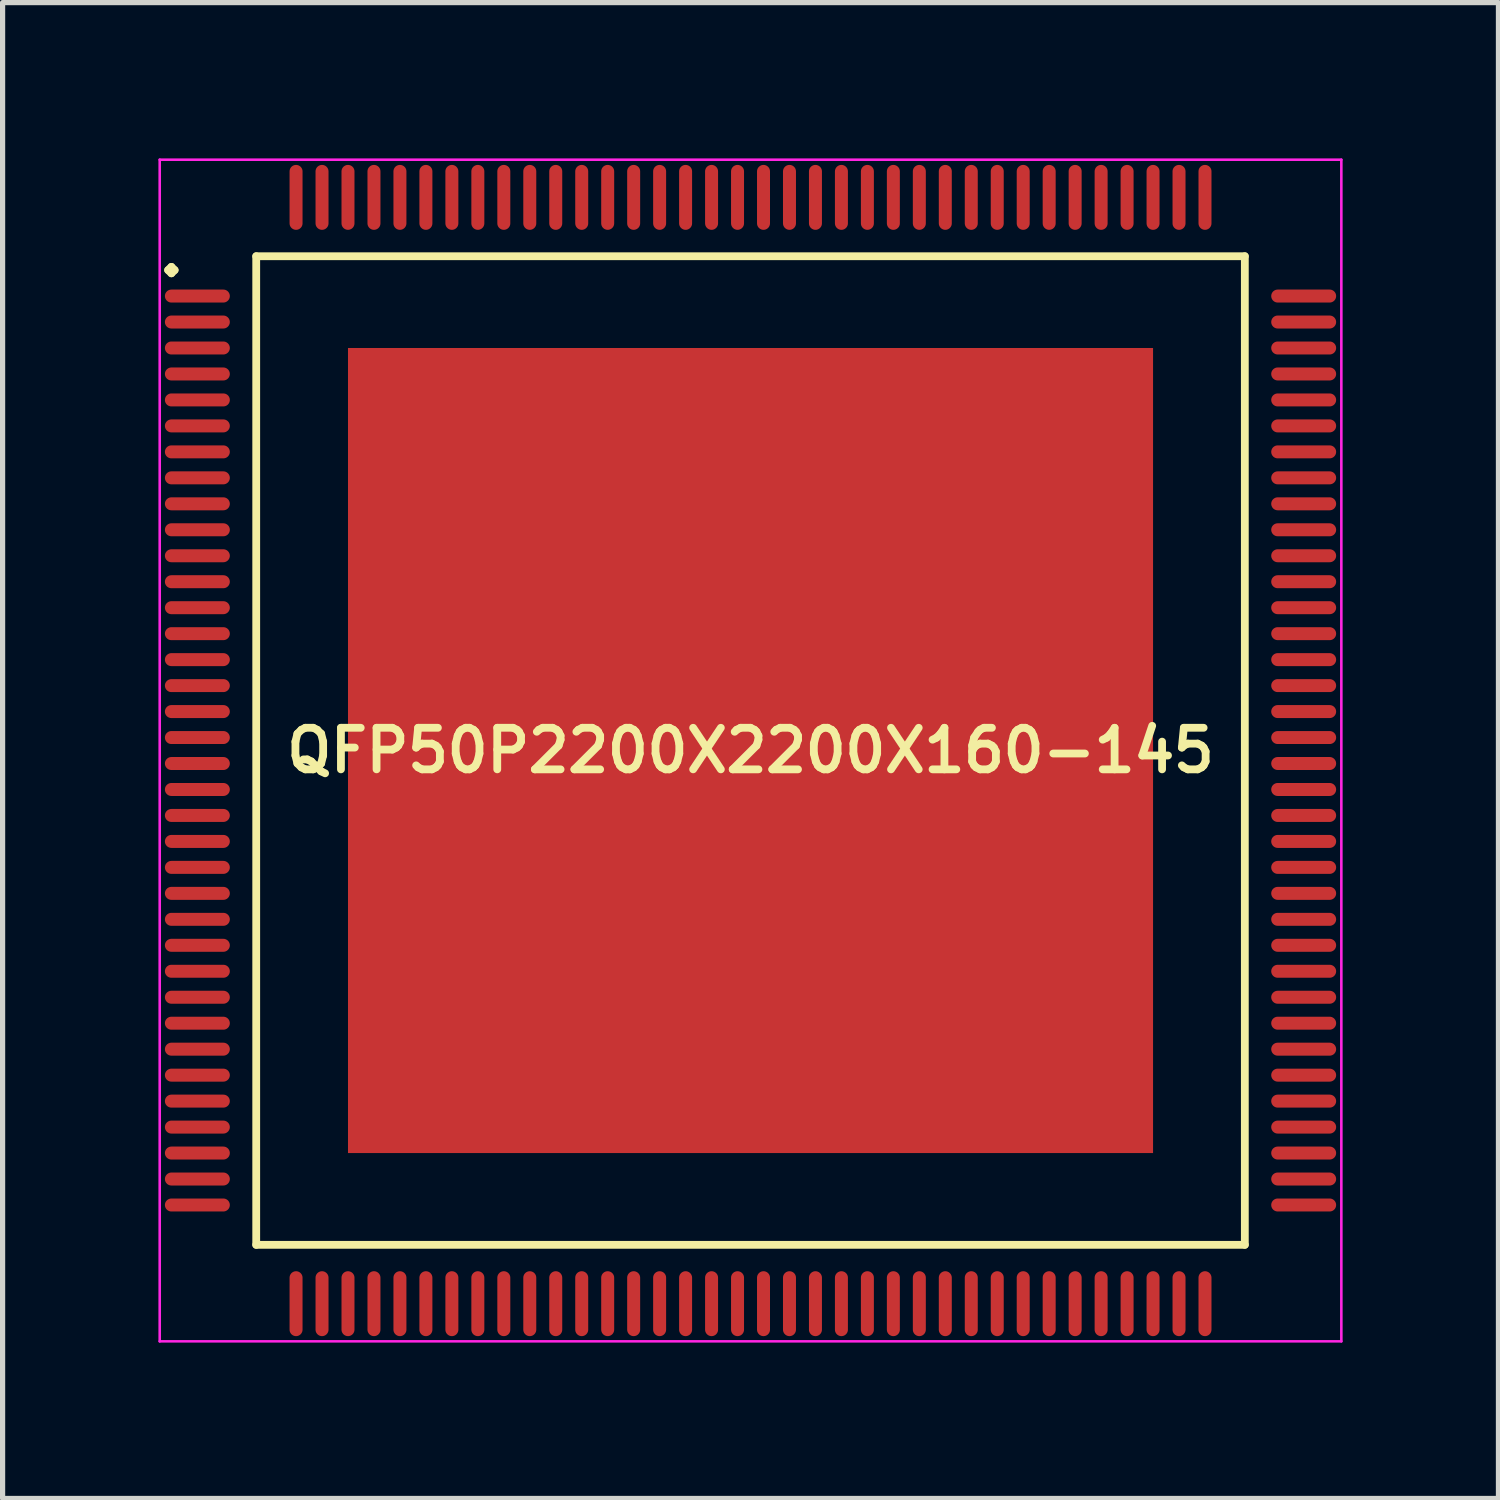
<source format=kicad_pcb>
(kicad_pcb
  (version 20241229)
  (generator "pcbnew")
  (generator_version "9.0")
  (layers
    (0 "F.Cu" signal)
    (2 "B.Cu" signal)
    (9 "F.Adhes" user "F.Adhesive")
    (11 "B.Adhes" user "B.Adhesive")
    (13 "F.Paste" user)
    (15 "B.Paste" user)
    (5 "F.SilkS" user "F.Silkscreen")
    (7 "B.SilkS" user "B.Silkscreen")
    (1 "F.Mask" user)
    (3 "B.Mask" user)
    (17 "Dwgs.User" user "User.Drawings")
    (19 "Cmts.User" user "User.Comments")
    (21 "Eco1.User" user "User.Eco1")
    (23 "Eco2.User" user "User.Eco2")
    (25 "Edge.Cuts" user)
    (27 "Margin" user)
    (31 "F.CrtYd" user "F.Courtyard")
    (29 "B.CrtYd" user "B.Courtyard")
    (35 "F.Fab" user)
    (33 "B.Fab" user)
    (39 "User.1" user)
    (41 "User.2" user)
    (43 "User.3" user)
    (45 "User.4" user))
  (footprint "QFP50P2200X2200X160-145"
    (layer "F.Cu")
    (at 11.4 11.4)
    (property "Reference" "QFP50P2200X2200X160-145" (at 0 0 0) (layer "F.SilkS") (effects (font (size 0.8 0.8) (thickness 0.15))))
    (attr smd)
    (fp_line (start -11.213 -9.25) (end -11.15 -9.312) (stroke (width 0.15) (type solid)) (layer "F.SilkS"))
    (fp_line (start -11.15 -9.312) (end -11.088 -9.25) (stroke (width 0.15) (type solid)) (layer "F.SilkS"))
    (fp_line (start -11.15 -9.188) (end -11.213 -9.25) (stroke (width 0.15) (type solid)) (layer "F.SilkS"))
    (fp_line (start -11.088 -9.25) (end -11.15 -9.188) (stroke (width 0.15) (type solid)) (layer "F.SilkS"))
    (fp_line (start -9.517 -9.517) (end -9.517 9.517) (stroke (width 0.15) (type solid)) (layer "F.SilkS"))
    (fp_line (start -9.517 9.517) (end 9.517 9.517) (stroke (width 0.15) (type solid)) (layer "F.SilkS"))
    (fp_line (start 9.517 -9.517) (end -9.517 -9.517) (stroke (width 0.15) (type solid)) (layer "F.SilkS"))
    (fp_line (start 9.517 9.517) (end 9.517 -9.517) (stroke (width 0.15) (type solid)) (layer "F.SilkS"))
    (fp_line (start -11.375 -11.375) (end 11.375 -11.375) (stroke (width 0.05) (type solid)) (layer "F.CrtYd"))
    (fp_line (start -11.375 11.375) (end -11.375 -11.375) (stroke (width 0.05) (type solid)) (layer "F.CrtYd"))
    (fp_line (start 11.375 -11.375) (end 11.375 11.375) (stroke (width 0.05) (type solid)) (layer "F.CrtYd"))
    (fp_line (start 11.375 11.375) (end -11.375 11.375) (stroke (width 0.05) (type solid)) (layer "F.CrtYd"))
    (pad "1" smd oval (at -10.65 -8.75) (size 1.25 0.25) (layers "F.Cu" "F.Mask" "F.Paste"))
    (pad "2" smd oval (at -10.65 -8.25) (size 1.25 0.25) (layers "F.Cu" "F.Mask" "F.Paste"))
    (pad "3" smd oval (at -10.65 -7.75) (size 1.25 0.25) (layers "F.Cu" "F.Mask" "F.Paste"))
    (pad "4" smd oval (at -10.65 -7.25) (size 1.25 0.25) (layers "F.Cu" "F.Mask" "F.Paste"))
    (pad "5" smd oval (at -10.65 -6.75) (size 1.25 0.25) (layers "F.Cu" "F.Mask" "F.Paste"))
    (pad "6" smd oval (at -10.65 -6.25) (size 1.25 0.25) (layers "F.Cu" "F.Mask" "F.Paste"))
    (pad "7" smd oval (at -10.65 -5.75) (size 1.25 0.25) (layers "F.Cu" "F.Mask" "F.Paste"))
    (pad "8" smd oval (at -10.65 -5.25) (size 1.25 0.25) (layers "F.Cu" "F.Mask" "F.Paste"))
    (pad "9" smd oval (at -10.65 -4.75) (size 1.25 0.25) (layers "F.Cu" "F.Mask" "F.Paste"))
    (pad "10" smd oval (at -10.65 -4.25) (size 1.25 0.25) (layers "F.Cu" "F.Mask" "F.Paste"))
    (pad "11" smd oval (at -10.65 -3.75) (size 1.25 0.25) (layers "F.Cu" "F.Mask" "F.Paste"))
    (pad "12" smd oval (at -10.65 -3.25) (size 1.25 0.25) (layers "F.Cu" "F.Mask" "F.Paste"))
    (pad "13" smd oval (at -10.65 -2.75) (size 1.25 0.25) (layers "F.Cu" "F.Mask" "F.Paste"))
    (pad "14" smd oval (at -10.65 -2.25) (size 1.25 0.25) (layers "F.Cu" "F.Mask" "F.Paste"))
    (pad "15" smd oval (at -10.65 -1.75) (size 1.25 0.25) (layers "F.Cu" "F.Mask" "F.Paste"))
    (pad "16" smd oval (at -10.65 -1.25) (size 1.25 0.25) (layers "F.Cu" "F.Mask" "F.Paste"))
    (pad "17" smd oval (at -10.65 -0.75) (size 1.25 0.25) (layers "F.Cu" "F.Mask" "F.Paste"))
    (pad "18" smd oval (at -10.65 -0.25) (size 1.25 0.25) (layers "F.Cu" "F.Mask" "F.Paste"))
    (pad "19" smd oval (at -10.65 0.25) (size 1.25 0.25) (layers "F.Cu" "F.Mask" "F.Paste"))
    (pad "20" smd oval (at -10.65 0.75) (size 1.25 0.25) (layers "F.Cu" "F.Mask" "F.Paste"))
    (pad "21" smd oval (at -10.65 1.25) (size 1.25 0.25) (layers "F.Cu" "F.Mask" "F.Paste"))
    (pad "22" smd oval (at -10.65 1.75) (size 1.25 0.25) (layers "F.Cu" "F.Mask" "F.Paste"))
    (pad "23" smd oval (at -10.65 2.25) (size 1.25 0.25) (layers "F.Cu" "F.Mask" "F.Paste"))
    (pad "24" smd oval (at -10.65 2.75) (size 1.25 0.25) (layers "F.Cu" "F.Mask" "F.Paste"))
    (pad "25" smd oval (at -10.65 3.25) (size 1.25 0.25) (layers "F.Cu" "F.Mask" "F.Paste"))
    (pad "26" smd oval (at -10.65 3.75) (size 1.25 0.25) (layers "F.Cu" "F.Mask" "F.Paste"))
    (pad "27" smd oval (at -10.65 4.25) (size 1.25 0.25) (layers "F.Cu" "F.Mask" "F.Paste"))
    (pad "28" smd oval (at -10.65 4.75) (size 1.25 0.25) (layers "F.Cu" "F.Mask" "F.Paste"))
    (pad "29" smd oval (at -10.65 5.25) (size 1.25 0.25) (layers "F.Cu" "F.Mask" "F.Paste"))
    (pad "30" smd oval (at -10.65 5.75) (size 1.25 0.25) (layers "F.Cu" "F.Mask" "F.Paste"))
    (pad "31" smd oval (at -10.65 6.25) (size 1.25 0.25) (layers "F.Cu" "F.Mask" "F.Paste"))
    (pad "32" smd oval (at -10.65 6.75) (size 1.25 0.25) (layers "F.Cu" "F.Mask" "F.Paste"))
    (pad "33" smd oval (at -10.65 7.25) (size 1.25 0.25) (layers "F.Cu" "F.Mask" "F.Paste"))
    (pad "34" smd oval (at -10.65 7.75) (size 1.25 0.25) (layers "F.Cu" "F.Mask" "F.Paste"))
    (pad "35" smd oval (at -10.65 8.25) (size 1.25 0.25) (layers "F.Cu" "F.Mask" "F.Paste"))
    (pad "36" smd oval (at -10.65 8.75) (size 1.25 0.25) (layers "F.Cu" "F.Mask" "F.Paste"))
    (pad "37" smd oval (at -8.75 10.65) (size 0.25 1.25) (layers "F.Cu" "F.Mask" "F.Paste"))
    (pad "38" smd oval (at -8.25 10.65) (size 0.25 1.25) (layers "F.Cu" "F.Mask" "F.Paste"))
    (pad "39" smd oval (at -7.75 10.65) (size 0.25 1.25) (layers "F.Cu" "F.Mask" "F.Paste"))
    (pad "40" smd oval (at -7.25 10.65) (size 0.25 1.25) (layers "F.Cu" "F.Mask" "F.Paste"))
    (pad "41" smd oval (at -6.75 10.65) (size 0.25 1.25) (layers "F.Cu" "F.Mask" "F.Paste"))
    (pad "42" smd oval (at -6.25 10.65) (size 0.25 1.25) (layers "F.Cu" "F.Mask" "F.Paste"))
    (pad "43" smd oval (at -5.75 10.65) (size 0.25 1.25) (layers "F.Cu" "F.Mask" "F.Paste"))
    (pad "44" smd oval (at -5.25 10.65) (size 0.25 1.25) (layers "F.Cu" "F.Mask" "F.Paste"))
    (pad "45" smd oval (at -4.75 10.65) (size 0.25 1.25) (layers "F.Cu" "F.Mask" "F.Paste"))
    (pad "46" smd oval (at -4.25 10.65) (size 0.25 1.25) (layers "F.Cu" "F.Mask" "F.Paste"))
    (pad "47" smd oval (at -3.75 10.65) (size 0.25 1.25) (layers "F.Cu" "F.Mask" "F.Paste"))
    (pad "48" smd oval (at -3.25 10.65) (size 0.25 1.25) (layers "F.Cu" "F.Mask" "F.Paste"))
    (pad "49" smd oval (at -2.75 10.65) (size 0.25 1.25) (layers "F.Cu" "F.Mask" "F.Paste"))
    (pad "50" smd oval (at -2.25 10.65) (size 0.25 1.25) (layers "F.Cu" "F.Mask" "F.Paste"))
    (pad "51" smd oval (at -1.75 10.65) (size 0.25 1.25) (layers "F.Cu" "F.Mask" "F.Paste"))
    (pad "52" smd oval (at -1.25 10.65) (size 0.25 1.25) (layers "F.Cu" "F.Mask" "F.Paste"))
    (pad "53" smd oval (at -0.75 10.65) (size 0.25 1.25) (layers "F.Cu" "F.Mask" "F.Paste"))
    (pad "54" smd oval (at -0.25 10.65) (size 0.25 1.25) (layers "F.Cu" "F.Mask" "F.Paste"))
    (pad "55" smd oval (at 0.25 10.65) (size 0.25 1.25) (layers "F.Cu" "F.Mask" "F.Paste"))
    (pad "56" smd oval (at 0.75 10.65) (size 0.25 1.25) (layers "F.Cu" "F.Mask" "F.Paste"))
    (pad "57" smd oval (at 1.25 10.65) (size 0.25 1.25) (layers "F.Cu" "F.Mask" "F.Paste"))
    (pad "58" smd oval (at 1.75 10.65) (size 0.25 1.25) (layers "F.Cu" "F.Mask" "F.Paste"))
    (pad "59" smd oval (at 2.25 10.65) (size 0.25 1.25) (layers "F.Cu" "F.Mask" "F.Paste"))
    (pad "60" smd oval (at 2.75 10.65) (size 0.25 1.25) (layers "F.Cu" "F.Mask" "F.Paste"))
    (pad "61" smd oval (at 3.25 10.65) (size 0.25 1.25) (layers "F.Cu" "F.Mask" "F.Paste"))
    (pad "62" smd oval (at 3.75 10.65) (size 0.25 1.25) (layers "F.Cu" "F.Mask" "F.Paste"))
    (pad "63" smd oval (at 4.25 10.65) (size 0.25 1.25) (layers "F.Cu" "F.Mask" "F.Paste"))
    (pad "64" smd oval (at 4.75 10.65) (size 0.25 1.25) (layers "F.Cu" "F.Mask" "F.Paste"))
    (pad "65" smd oval (at 5.25 10.65) (size 0.25 1.25) (layers "F.Cu" "F.Mask" "F.Paste"))
    (pad "66" smd oval (at 5.75 10.65) (size 0.25 1.25) (layers "F.Cu" "F.Mask" "F.Paste"))
    (pad "67" smd oval (at 6.25 10.65) (size 0.25 1.25) (layers "F.Cu" "F.Mask" "F.Paste"))
    (pad "68" smd oval (at 6.75 10.65) (size 0.25 1.25) (layers "F.Cu" "F.Mask" "F.Paste"))
    (pad "69" smd oval (at 7.25 10.65) (size 0.25 1.25) (layers "F.Cu" "F.Mask" "F.Paste"))
    (pad "70" smd oval (at 7.75 10.65) (size 0.25 1.25) (layers "F.Cu" "F.Mask" "F.Paste"))
    (pad "71" smd oval (at 8.25 10.65) (size 0.25 1.25) (layers "F.Cu" "F.Mask" "F.Paste"))
    (pad "72" smd oval (at 8.75 10.65) (size 0.25 1.25) (layers "F.Cu" "F.Mask" "F.Paste"))
    (pad "73" smd oval (at 10.65 8.75) (size 1.25 0.25) (layers "F.Cu" "F.Mask" "F.Paste"))
    (pad "74" smd oval (at 10.65 8.25) (size 1.25 0.25) (layers "F.Cu" "F.Mask" "F.Paste"))
    (pad "75" smd oval (at 10.65 7.75) (size 1.25 0.25) (layers "F.Cu" "F.Mask" "F.Paste"))
    (pad "76" smd oval (at 10.65 7.25) (size 1.25 0.25) (layers "F.Cu" "F.Mask" "F.Paste"))
    (pad "77" smd oval (at 10.65 6.75) (size 1.25 0.25) (layers "F.Cu" "F.Mask" "F.Paste"))
    (pad "78" smd oval (at 10.65 6.25) (size 1.25 0.25) (layers "F.Cu" "F.Mask" "F.Paste"))
    (pad "79" smd oval (at 10.65 5.75) (size 1.25 0.25) (layers "F.Cu" "F.Mask" "F.Paste"))
    (pad "80" smd oval (at 10.65 5.25) (size 1.25 0.25) (layers "F.Cu" "F.Mask" "F.Paste"))
    (pad "81" smd oval (at 10.65 4.75) (size 1.25 0.25) (layers "F.Cu" "F.Mask" "F.Paste"))
    (pad "82" smd oval (at 10.65 4.25) (size 1.25 0.25) (layers "F.Cu" "F.Mask" "F.Paste"))
    (pad "83" smd oval (at 10.65 3.75) (size 1.25 0.25) (layers "F.Cu" "F.Mask" "F.Paste"))
    (pad "84" smd oval (at 10.65 3.25) (size 1.25 0.25) (layers "F.Cu" "F.Mask" "F.Paste"))
    (pad "85" smd oval (at 10.65 2.75) (size 1.25 0.25) (layers "F.Cu" "F.Mask" "F.Paste"))
    (pad "86" smd oval (at 10.65 2.25) (size 1.25 0.25) (layers "F.Cu" "F.Mask" "F.Paste"))
    (pad "87" smd oval (at 10.65 1.75) (size 1.25 0.25) (layers "F.Cu" "F.Mask" "F.Paste"))
    (pad "88" smd oval (at 10.65 1.25) (size 1.25 0.25) (layers "F.Cu" "F.Mask" "F.Paste"))
    (pad "89" smd oval (at 10.65 0.75) (size 1.25 0.25) (layers "F.Cu" "F.Mask" "F.Paste"))
    (pad "90" smd oval (at 10.65 0.25) (size 1.25 0.25) (layers "F.Cu" "F.Mask" "F.Paste"))
    (pad "91" smd oval (at 10.65 -0.25) (size 1.25 0.25) (layers "F.Cu" "F.Mask" "F.Paste"))
    (pad "92" smd oval (at 10.65 -0.75) (size 1.25 0.25) (layers "F.Cu" "F.Mask" "F.Paste"))
    (pad "93" smd oval (at 10.65 -1.25) (size 1.25 0.25) (layers "F.Cu" "F.Mask" "F.Paste"))
    (pad "94" smd oval (at 10.65 -1.75) (size 1.25 0.25) (layers "F.Cu" "F.Mask" "F.Paste"))
    (pad "95" smd oval (at 10.65 -2.25) (size 1.25 0.25) (layers "F.Cu" "F.Mask" "F.Paste"))
    (pad "96" smd oval (at 10.65 -2.75) (size 1.25 0.25) (layers "F.Cu" "F.Mask" "F.Paste"))
    (pad "97" smd oval (at 10.65 -3.25) (size 1.25 0.25) (layers "F.Cu" "F.Mask" "F.Paste"))
    (pad "98" smd oval (at 10.65 -3.75) (size 1.25 0.25) (layers "F.Cu" "F.Mask" "F.Paste"))
    (pad "99" smd oval (at 10.65 -4.25) (size 1.25 0.25) (layers "F.Cu" "F.Mask" "F.Paste"))
    (pad "100" smd oval (at 10.65 -4.75) (size 1.25 0.25) (layers "F.Cu" "F.Mask" "F.Paste"))
    (pad "101" smd oval (at 10.65 -5.25) (size 1.25 0.25) (layers "F.Cu" "F.Mask" "F.Paste"))
    (pad "102" smd oval (at 10.65 -5.75) (size 1.25 0.25) (layers "F.Cu" "F.Mask" "F.Paste"))
    (pad "103" smd oval (at 10.65 -6.25) (size 1.25 0.25) (layers "F.Cu" "F.Mask" "F.Paste"))
    (pad "104" smd oval (at 10.65 -6.75) (size 1.25 0.25) (layers "F.Cu" "F.Mask" "F.Paste"))
    (pad "105" smd oval (at 10.65 -7.25) (size 1.25 0.25) (layers "F.Cu" "F.Mask" "F.Paste"))
    (pad "106" smd oval (at 10.65 -7.75) (size 1.25 0.25) (layers "F.Cu" "F.Mask" "F.Paste"))
    (pad "107" smd oval (at 10.65 -8.25) (size 1.25 0.25) (layers "F.Cu" "F.Mask" "F.Paste"))
    (pad "108" smd oval (at 10.65 -8.75) (size 1.25 0.25) (layers "F.Cu" "F.Mask" "F.Paste"))
    (pad "109" smd oval (at 8.75 -10.65) (size 0.25 1.25) (layers "F.Cu" "F.Mask" "F.Paste"))
    (pad "110" smd oval (at 8.25 -10.65) (size 0.25 1.25) (layers "F.Cu" "F.Mask" "F.Paste"))
    (pad "111" smd oval (at 7.75 -10.65) (size 0.25 1.25) (layers "F.Cu" "F.Mask" "F.Paste"))
    (pad "112" smd oval (at 7.25 -10.65) (size 0.25 1.25) (layers "F.Cu" "F.Mask" "F.Paste"))
    (pad "113" smd oval (at 6.75 -10.65) (size 0.25 1.25) (layers "F.Cu" "F.Mask" "F.Paste"))
    (pad "114" smd oval (at 6.25 -10.65) (size 0.25 1.25) (layers "F.Cu" "F.Mask" "F.Paste"))
    (pad "115" smd oval (at 5.75 -10.65) (size 0.25 1.25) (layers "F.Cu" "F.Mask" "F.Paste"))
    (pad "116" smd oval (at 5.25 -10.65) (size 0.25 1.25) (layers "F.Cu" "F.Mask" "F.Paste"))
    (pad "117" smd oval (at 4.75 -10.65) (size 0.25 1.25) (layers "F.Cu" "F.Mask" "F.Paste"))
    (pad "118" smd oval (at 4.25 -10.65) (size 0.25 1.25) (layers "F.Cu" "F.Mask" "F.Paste"))
    (pad "119" smd oval (at 3.75 -10.65) (size 0.25 1.25) (layers "F.Cu" "F.Mask" "F.Paste"))
    (pad "120" smd oval (at 3.25 -10.65) (size 0.25 1.25) (layers "F.Cu" "F.Mask" "F.Paste"))
    (pad "121" smd oval (at 2.75 -10.65) (size 0.25 1.25) (layers "F.Cu" "F.Mask" "F.Paste"))
    (pad "122" smd oval (at 2.25 -10.65) (size 0.25 1.25) (layers "F.Cu" "F.Mask" "F.Paste"))
    (pad "123" smd oval (at 1.75 -10.65) (size 0.25 1.25) (layers "F.Cu" "F.Mask" "F.Paste"))
    (pad "124" smd oval (at 1.25 -10.65) (size 0.25 1.25) (layers "F.Cu" "F.Mask" "F.Paste"))
    (pad "125" smd oval (at 0.75 -10.65) (size 0.25 1.25) (layers "F.Cu" "F.Mask" "F.Paste"))
    (pad "126" smd oval (at 0.25 -10.65) (size 0.25 1.25) (layers "F.Cu" "F.Mask" "F.Paste"))
    (pad "127" smd oval (at -0.25 -10.65) (size 0.25 1.25) (layers "F.Cu" "F.Mask" "F.Paste"))
    (pad "128" smd oval (at -0.75 -10.65) (size 0.25 1.25) (layers "F.Cu" "F.Mask" "F.Paste"))
    (pad "129" smd oval (at -1.25 -10.65) (size 0.25 1.25) (layers "F.Cu" "F.Mask" "F.Paste"))
    (pad "130" smd oval (at -1.75 -10.65) (size 0.25 1.25) (layers "F.Cu" "F.Mask" "F.Paste"))
    (pad "131" smd oval (at -2.25 -10.65) (size 0.25 1.25) (layers "F.Cu" "F.Mask" "F.Paste"))
    (pad "132" smd oval (at -2.75 -10.65) (size 0.25 1.25) (layers "F.Cu" "F.Mask" "F.Paste"))
    (pad "133" smd oval (at -3.25 -10.65) (size 0.25 1.25) (layers "F.Cu" "F.Mask" "F.Paste"))
    (pad "134" smd oval (at -3.75 -10.65) (size 0.25 1.25) (layers "F.Cu" "F.Mask" "F.Paste"))
    (pad "135" smd oval (at -4.25 -10.65) (size 0.25 1.25) (layers "F.Cu" "F.Mask" "F.Paste"))
    (pad "136" smd oval (at -4.75 -10.65) (size 0.25 1.25) (layers "F.Cu" "F.Mask" "F.Paste"))
    (pad "137" smd oval (at -5.25 -10.65) (size 0.25 1.25) (layers "F.Cu" "F.Mask" "F.Paste"))
    (pad "138" smd oval (at -5.75 -10.65) (size 0.25 1.25) (layers "F.Cu" "F.Mask" "F.Paste"))
    (pad "139" smd oval (at -6.25 -10.65) (size 0.25 1.25) (layers "F.Cu" "F.Mask" "F.Paste"))
    (pad "140" smd oval (at -6.75 -10.65) (size 0.25 1.25) (layers "F.Cu" "F.Mask" "F.Paste"))
    (pad "141" smd oval (at -7.25 -10.65) (size 0.25 1.25) (layers "F.Cu" "F.Mask" "F.Paste"))
    (pad "142" smd oval (at -7.75 -10.65) (size 0.25 1.25) (layers "F.Cu" "F.Mask" "F.Paste"))
    (pad "143" smd oval (at -8.25 -10.65) (size 0.25 1.25) (layers "F.Cu" "F.Mask" "F.Paste"))
    (pad "144" smd oval (at -8.75 -10.65) (size 0.25 1.25) (layers "F.Cu" "F.Mask" "F.Paste"))
    (pad "145" smd rect (at 0 0) (size 15.5 15.5) (layers "F.Cu" "F.Mask" "F.Paste")))
  (gr_rect
    (start -3 -3)
    (end 25.8 25.8)
    (stroke (width 0.1) (type default))
    (fill no)
    (layer "Edge.Cuts")))
</source>
